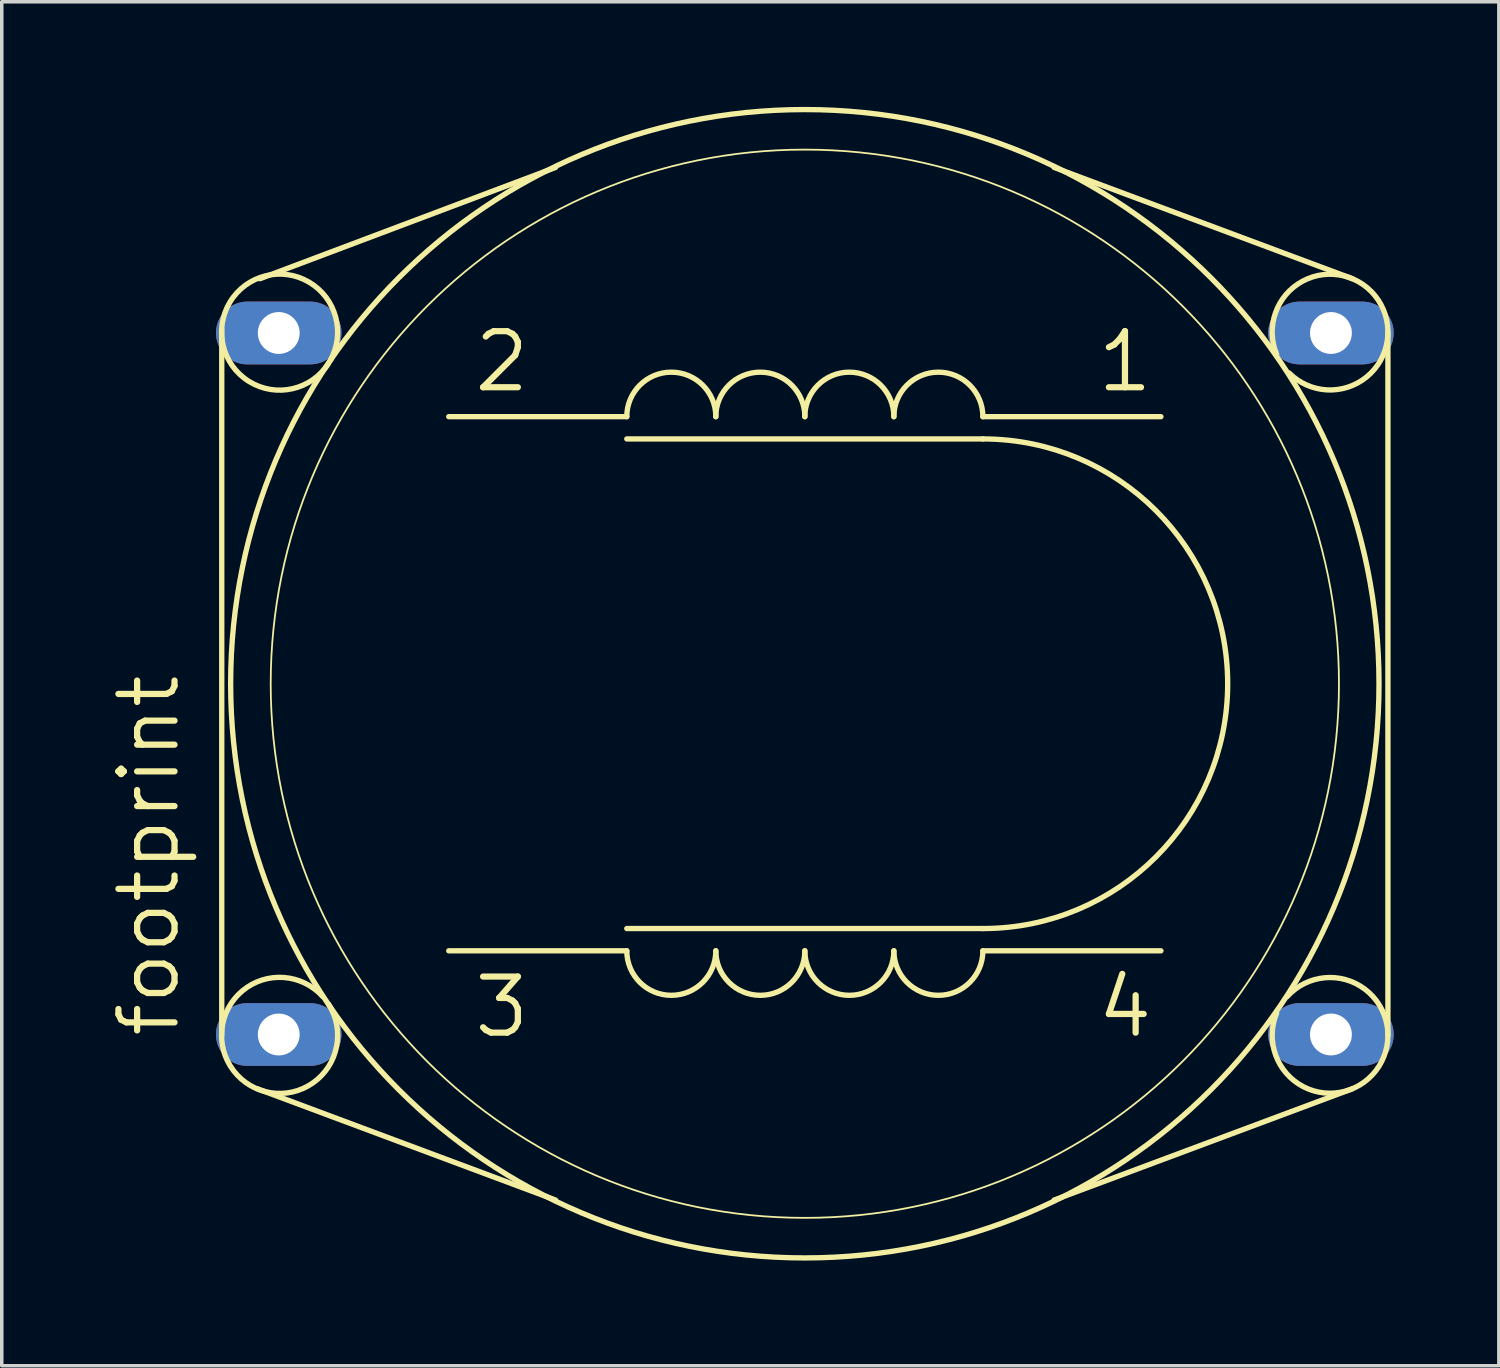
<source format=kicad_pcb>
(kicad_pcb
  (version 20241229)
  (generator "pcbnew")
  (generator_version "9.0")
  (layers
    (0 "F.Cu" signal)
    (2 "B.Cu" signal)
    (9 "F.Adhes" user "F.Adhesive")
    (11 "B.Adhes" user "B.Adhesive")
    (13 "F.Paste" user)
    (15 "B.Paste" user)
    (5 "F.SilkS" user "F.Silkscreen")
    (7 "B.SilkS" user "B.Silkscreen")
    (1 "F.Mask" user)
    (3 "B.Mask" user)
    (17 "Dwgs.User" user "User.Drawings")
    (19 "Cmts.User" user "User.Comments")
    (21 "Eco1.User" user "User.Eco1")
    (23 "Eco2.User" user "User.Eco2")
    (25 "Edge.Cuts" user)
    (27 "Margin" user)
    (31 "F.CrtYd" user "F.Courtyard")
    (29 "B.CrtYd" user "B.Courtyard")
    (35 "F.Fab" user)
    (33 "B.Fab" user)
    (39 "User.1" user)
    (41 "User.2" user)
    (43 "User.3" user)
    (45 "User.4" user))
  (footprint "footprint"
    (layer "F.Cu")
    (at 19.914 16.459)
    (property "Reference" "footprint" (at -17.78 10.16 90) (layer "F.SilkS") (effects (font (size 1.6 1.6) (thickness 0.178)) (justify left bottom)))
    (fp_line (start -16.637 -10.109) (end -16.637 10.033) (stroke (width 0.152) (type solid)) (layer "F.SilkS"))
    (fp_line (start -7.112 -14.732) (end -15.545 -11.557) (stroke (width 0.152) (type solid)) (layer "F.SilkS"))
    (fp_line (start -7.112 14.732) (end -15.621 11.557) (stroke (width 0.152) (type solid)) (layer "F.SilkS"))
    (fp_line (start -5.08 -7.62) (end -10.16 -7.62) (stroke (width 0.152) (type solid)) (layer "F.SilkS"))
    (fp_line (start -5.08 -6.985) (end 5.08 -6.985) (stroke (width 0.152) (type solid)) (layer "F.SilkS"))
    (fp_line (start -5.08 6.985) (end 5.08 6.985) (stroke (width 0.152) (type solid)) (layer "F.SilkS"))
    (fp_line (start -5.08 7.62) (end -10.16 7.62) (stroke (width 0.152) (type solid)) (layer "F.SilkS"))
    (fp_line (start 5.08 -7.62) (end 10.16 -7.62) (stroke (width 0.152) (type solid)) (layer "F.SilkS"))
    (fp_line (start 5.08 7.62) (end 10.16 7.62) (stroke (width 0.152) (type solid)) (layer "F.SilkS"))
    (fp_line (start 7.112 -14.732) (end 15.621 -11.557) (stroke (width 0.152) (type solid)) (layer "F.SilkS"))
    (fp_line (start 7.112 14.732) (end 15.621 11.557) (stroke (width 0.152) (type solid)) (layer "F.SilkS"))
    (fp_line (start 16.637 -10.033) (end 16.637 10.033) (stroke (width 0.152) (type solid)) (layer "F.SilkS"))
    (fp_arc (start -13.589 -9.144) (mid -16.40375 -10.88721) (end -13.5483 -9.2115) (stroke (width 0.1524) (type solid)) (layer "F.SilkS"))
    (fp_arc (start -13.589 9.144) (mid -16.304443 11.035084) (end -13.7552 8.9253) (stroke (width 0.1524) (type solid)) (layer "F.SilkS"))
    (fp_arc (start -5.08 -7.62) (mid -3.81 -8.89) (end -2.54 -7.62) (stroke (width 0.1524) (type solid)) (layer "F.SilkS"))
    (fp_arc (start -2.54 -7.62) (mid -1.27 -8.89) (end 0 -7.62) (stroke (width 0.1524) (type solid)) (layer "F.SilkS"))
    (fp_arc (start -2.54 7.62) (mid -3.81 8.89) (end -5.08 7.62) (stroke (width 0.1524) (type solid)) (layer "F.SilkS"))
    (fp_arc (start 0 -7.62) (mid 1.27 -8.89) (end 2.54 -7.62) (stroke (width 0.1524) (type solid)) (layer "F.SilkS"))
    (fp_arc (start 0 7.62) (mid -1.27 8.89) (end -2.54 7.62) (stroke (width 0.1524) (type solid)) (layer "F.SilkS"))
    (fp_arc (start 2.54 -7.62) (mid 3.81 -8.89) (end 5.08 -7.62) (stroke (width 0.1524) (type solid)) (layer "F.SilkS"))
    (fp_arc (start 2.54 7.62) (mid 1.27 8.89) (end 0 7.62) (stroke (width 0.1524) (type solid)) (layer "F.SilkS"))
    (fp_arc (start 5.08 -6.985) (mid 12.065 0) (end 5.08 6.985) (stroke (width 0.1524) (type solid)) (layer "F.SilkS"))
    (fp_arc (start 5.08 7.62) (mid 3.81 8.89) (end 2.54 7.62) (stroke (width 0.1524) (type solid)) (layer "F.SilkS"))
    (fp_arc (start 13.462 -9.398) (mid 16.357774 -10.951958) (end 13.8186 -8.8656) (stroke (width 0.1524) (type solid)) (layer "F.SilkS"))
    (fp_arc (start 13.7588 8.9285) (mid 16.381485 10.915024) (end 13.462 9.398) (stroke (width 0.1524) (type solid)) (layer "F.SilkS"))
    (fp_circle (center 0 0) (end 15.24 0) (stroke (width 0.051) (type solid)) (fill no) (layer "F.SilkS"))
    (fp_circle (center 0 0) (end 16.383 0) (stroke (width 0.152) (type solid)) (fill no) (layer "F.SilkS"))
    (fp_text user "4" (at 8.255 10.16 0) (layer "F.SilkS") (effects (font (size 1.6 1.6) (thickness 0.178)) (justify left bottom)))
    (fp_text user "2" (at -9.525 -8.255 0) (layer "F.SilkS") (effects (font (size 1.6 1.6) (thickness 0.178)) (justify left bottom)))
    (fp_text user "1" (at 8.255 -8.255 0) (layer "F.SilkS") (effects (font (size 1.6 1.6) (thickness 0.178)) (justify left bottom)))
    (fp_text user "3" (at -9.525 10.16 0) (layer "F.SilkS") (effects (font (size 1.6 1.6) (thickness 0.178)) (justify left bottom)))
    (pad "1" thru_hole oval (at 15.011 -10.008) (size 3.581 1.791) (drill 1.194) (layers "*.Cu" "*.Mask"))
    (pad "2" thru_hole oval (at -15.011 -10.008) (size 3.581 1.791) (drill 1.194) (layers "*.Cu" "*.Mask"))
    (pad "3" thru_hole oval (at -15.011 10.008) (size 3.581 1.791) (drill 1.194) (layers "*.Cu" "*.Mask"))
    (pad "4" thru_hole oval (at 15.011 10.008) (size 3.581 1.791) (drill 1.194) (layers "*.Cu" "*.Mask")))
  (gr_rect
    (start -3 -3)
    (end 39.716 35.918)
    (stroke (width 0.1) (type default))
    (fill no)
    (layer "Edge.Cuts")))
</source>
